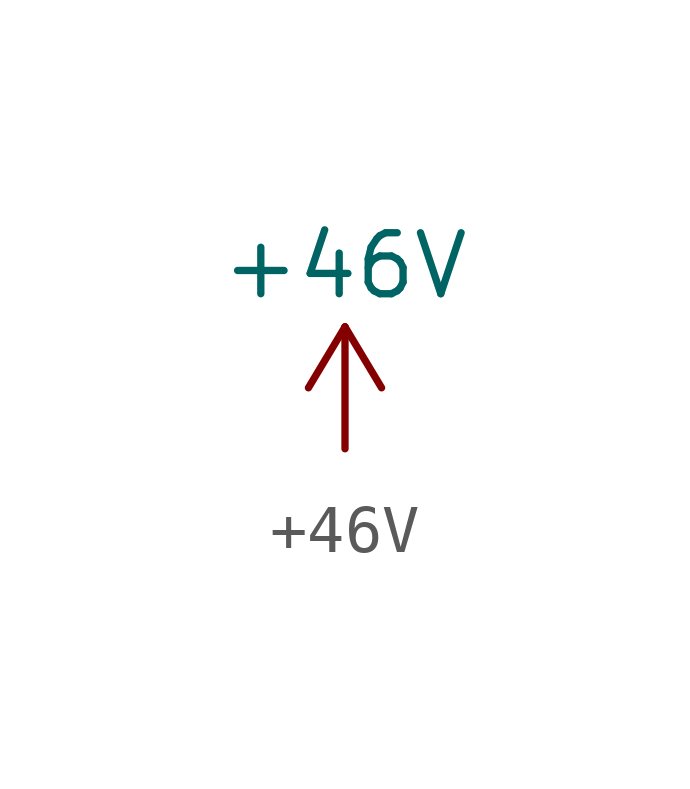
<source format=kicad_sym>
(kicad_symbol_lib
  (version 20220914)
  (generator kicad_symbol_editor)
  (symbol "+46V"
    (power)
    (pin_names
      (offset 0))
    (property "Reference" "#PWR"
      (at 0 -5.08 0)
      (effects (font (size 1.27 1.27)) hide))
    (property "Value" "+46V"
      (at 0 3.81 0)
      (effects (font (size 1.27 1.27))))
    (symbol "+46V_0_1"
      (polyline (pts (xy -0.762 1.27) (xy 0 2.54)) (stroke (width 0) (type default)) (fill (type none)))
      (polyline (pts (xy 0 0) (xy 0 2.54)) (stroke (width 0) (type default)) (fill (type none)))
      (polyline (pts (xy 0 2.54) (xy 0.762 1.27)) (stroke (width 0) (type default)) (fill (type none))))
    (symbol "+46V_1_1"
      (pin power_in line (at 0 0 90) (length 0) hide (name "+46V" (effects (font (size 1.27 1.27)))) (number "1" (effects (font (size 1.27 1.27))))))))
</source>
